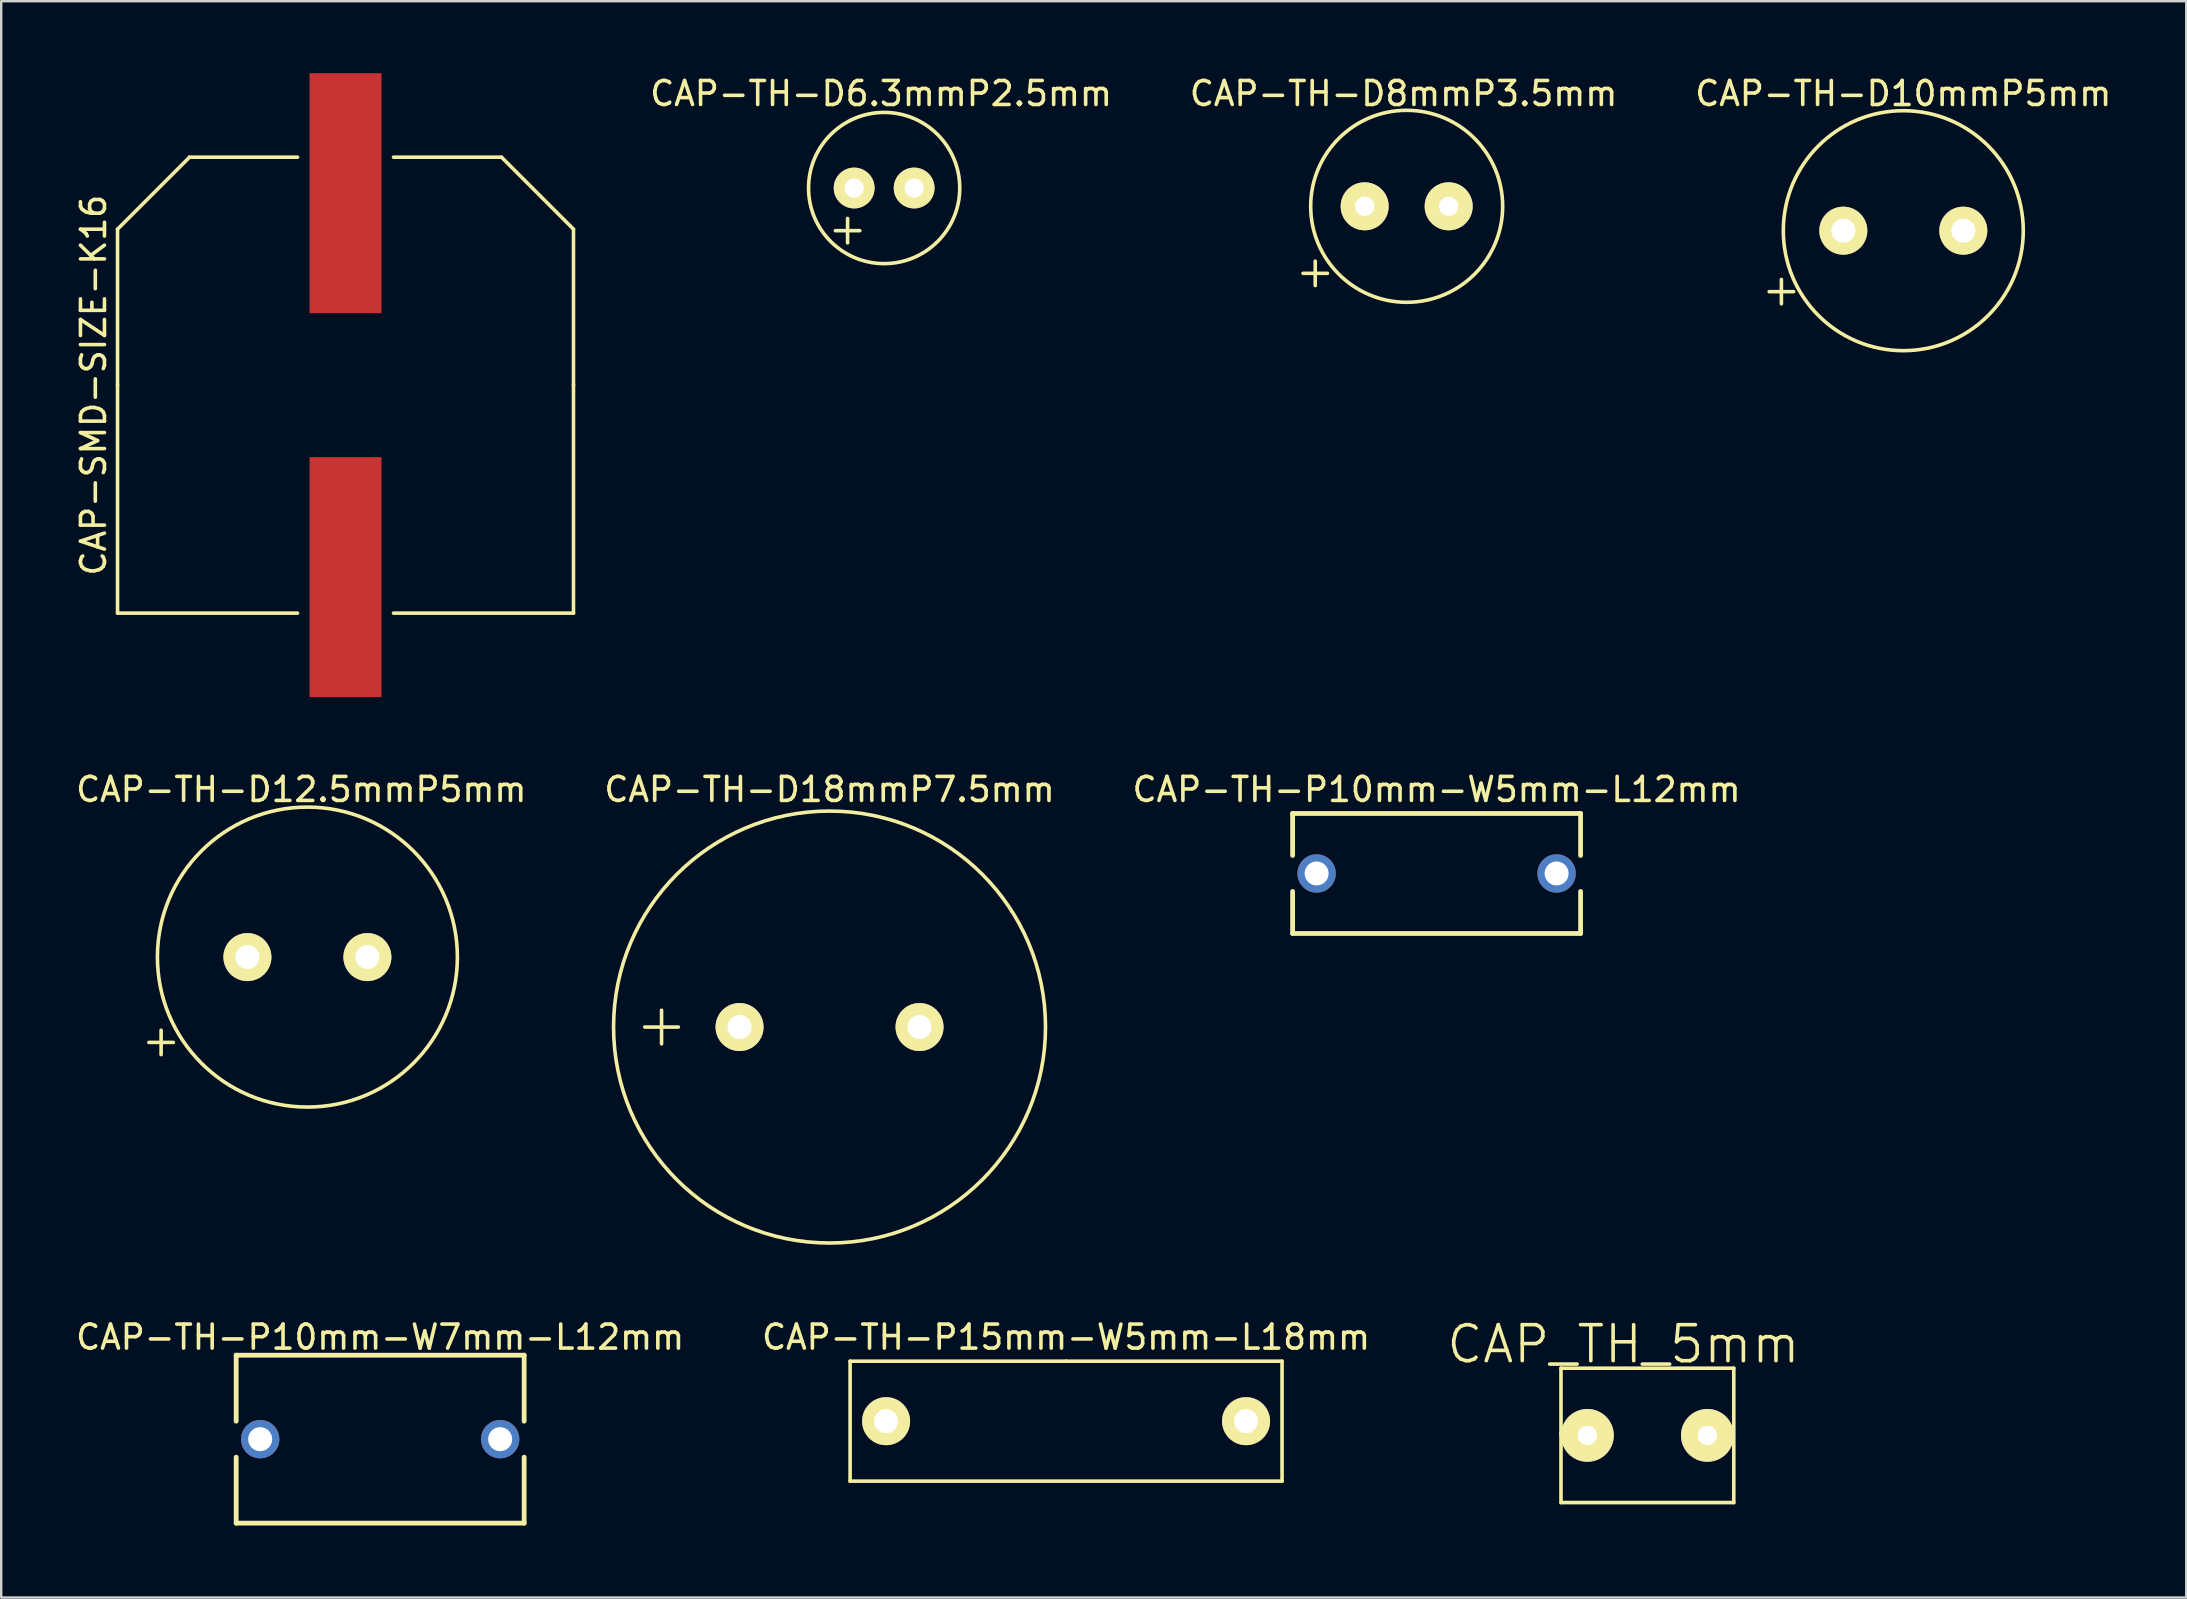
<source format=kicad_pcb>
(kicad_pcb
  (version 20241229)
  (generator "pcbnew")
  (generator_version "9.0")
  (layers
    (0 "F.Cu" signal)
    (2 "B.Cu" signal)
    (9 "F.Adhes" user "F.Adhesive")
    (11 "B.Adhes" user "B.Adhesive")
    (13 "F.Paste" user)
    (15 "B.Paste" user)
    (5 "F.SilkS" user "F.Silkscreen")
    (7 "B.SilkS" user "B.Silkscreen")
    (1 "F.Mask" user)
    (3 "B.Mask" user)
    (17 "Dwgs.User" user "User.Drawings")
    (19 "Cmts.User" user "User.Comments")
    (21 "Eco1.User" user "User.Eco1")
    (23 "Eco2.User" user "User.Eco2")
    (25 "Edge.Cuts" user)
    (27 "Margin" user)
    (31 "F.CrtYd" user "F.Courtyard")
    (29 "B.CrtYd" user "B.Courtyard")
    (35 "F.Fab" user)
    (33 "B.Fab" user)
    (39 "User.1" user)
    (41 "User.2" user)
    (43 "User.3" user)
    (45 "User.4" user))
  (footprint "CAP-TH-P10mm-W5mm-L12mm"
    (layer "F.Cu")
    (at 56.815 33.348)
    (property "Reference" "CAP-TH-P10mm-W5mm-L12mm" (at 0 -3.5 0) (layer "F.SilkS") (effects (font (size 1 1) (thickness 0.15))))
    (attr through_hole)
    (fp_line (start -6 -2.5) (end 6 -2.5) (stroke (width 0.2) (type solid)) (layer "F.SilkS"))
    (fp_line (start -6 -0.75) (end -6 -2.5) (stroke (width 0.2) (type solid)) (layer "F.SilkS"))
    (fp_line (start -6 2.5) (end -6 0.75) (stroke (width 0.2) (type solid)) (layer "F.SilkS"))
    (fp_line (start 6 -2.5) (end 6 -0.75) (stroke (width 0.2) (type solid)) (layer "F.SilkS"))
    (fp_line (start 6 0.75) (end 6 2.5) (stroke (width 0.2) (type solid)) (layer "F.SilkS"))
    (fp_line (start 6 2.5) (end -6 2.5) (stroke (width 0.2) (type solid)) (layer "F.SilkS"))
    (pad "1" thru_hole circle (at -5 0) (size 1.6 1.6) (drill 1) (layers "*.Cu" "*.Mask"))
    (pad "2" thru_hole circle (at 5 0) (size 1.6 1.6) (drill 1) (layers "*.Cu" "*.Mask")))
  (footprint "CAP-TH-D12.5mmP5mm"
    (layer "F.Cu")
    (at 9.76 36.833)
    (property "Reference" "CAP-TH-D12.5mmP5mm" (at -0.254 -6.985 0) (layer "F.SilkS") (effects (font (size 1 1) (thickness 0.15))))
    (attr through_hole)
    (fp_line (start -6.604 3.556) (end -5.588 3.556) (stroke (width 0.15) (type solid)) (layer "F.SilkS"))
    (fp_line (start -6.096 3.048) (end -6.096 4.064) (stroke (width 0.15) (type solid)) (layer "F.SilkS"))
    (fp_circle (center 0 0) (end 6.25 0) (stroke (width 0.15) (type solid)) (fill no) (layer "F.SilkS"))
    (pad "1" thru_hole circle (at -2.5 0) (size 2 2) (drill 1) (layers "*.Cu" "*.Mask" "F.SilkS"))
    (pad "2" thru_hole circle (at 2.5 0) (size 2 2) (drill 1) (layers "*.Cu" "*.Mask" "F.SilkS")))
  (footprint "CAP-TH-D8mmP3.5mm"
    (layer "F.Cu")
    (at 55.568 5.547)
    (property "Reference" "CAP-TH-D8mmP3.5mm" (at -0.127 -4.699 0) (layer "F.SilkS") (effects (font (size 1 1) (thickness 0.15))))
    (attr through_hole)
    (fp_line (start -4.318 2.794) (end -3.302 2.794) (stroke (width 0.15) (type solid)) (layer "F.SilkS"))
    (fp_line (start -3.81 2.286) (end -3.81 3.302) (stroke (width 0.15) (type solid)) (layer "F.SilkS"))
    (fp_circle (center 0 0) (end 4 0) (stroke (width 0.15) (type solid)) (fill no) (layer "F.SilkS"))
    (pad "1" thru_hole circle (at -1.75 0) (size 2 2) (drill 0.8) (layers "*.Cu" "*.Mask" "F.SilkS"))
    (pad "2" thru_hole circle (at 1.75 0) (size 2 2) (drill 0.8) (layers "*.Cu" "*.Mask" "F.SilkS")))
  (footprint "CAP_TH_5mm"
    (layer "F.Cu")
    (at 65.599 56.764)
    (property "Reference" "CAP_TH_5mm" (at -1 -3.8 0) (layer "F.SilkS") (effects (font (size 1.5 1.5) (thickness 0.15))))
    (attr through_hole)
    (fp_line (start -3.6 -2.8) (end 3.6 -2.8) (stroke (width 0.15) (type solid)) (layer "F.SilkS"))
    (fp_line (start -3.6 0) (end -3.6 -2.8) (stroke (width 0.15) (type solid)) (layer "F.SilkS"))
    (fp_line (start -3.6 2.8) (end -3.6 -0.1) (stroke (width 0.15) (type solid)) (layer "F.SilkS"))
    (fp_line (start 3.6 -2.8) (end 3.6 2.8) (stroke (width 0.15) (type solid)) (layer "F.SilkS"))
    (fp_line (start 3.6 2.8) (end -3.6 2.8) (stroke (width 0.15) (type solid)) (layer "F.SilkS"))
    (pad "1" thru_hole circle (at -2.5 0) (size 2.2 2.2) (drill 0.8) (layers "*.Cu" "*.Mask" "F.SilkS"))
    (pad "2" thru_hole circle (at 2.5 0) (size 2.2 2.2) (drill 0.8) (layers "*.Cu" "*.Mask" "F.SilkS")))
  (footprint "CAP-TH-D18mmP7.5mm"
    (layer "F.Cu")
    (at 31.518 39.748)
    (property "Reference" "CAP-TH-D18mmP7.5mm" (at 0 -9.9 0) (layer "F.SilkS") (effects (font (size 1 1) (thickness 0.15))))
    (attr through_hole)
    (fp_line (start -7.7 0) (end -6.3 0) (stroke (width 0.15) (type solid)) (layer "F.SilkS"))
    (fp_line (start -7 -0.7) (end -7 0.7) (stroke (width 0.15) (type solid)) (layer "F.SilkS"))
    (fp_circle (center 0 0) (end 9 0) (stroke (width 0.15) (type solid)) (fill no) (layer "F.SilkS"))
    (pad "1" thru_hole circle (at -3.75 0) (size 2 2) (drill 1) (layers "*.Cu" "*.Mask" "F.SilkS"))
    (pad "2" thru_hole circle (at 3.75 0) (size 2 2) (drill 1) (layers "*.Cu" "*.Mask" "F.SilkS")))
  (footprint "CAP-SMD-SIZE-K16"
    (layer "F.Cu")
    (at 11.348 13)
    (property "Reference" "CAP-SMD-SIZE-K16" (at -10.5 0 90) (layer "F.SilkS") (effects (font (size 1 1) (thickness 0.15))))
    (attr through_hole)
    (fp_line (start -9.5 -6.5) (end -6.5 -9.5) (stroke (width 0.15) (type solid)) (layer "F.SilkS"))
    (fp_line (start -9.5 0) (end -9.5 -6.5) (stroke (width 0.15) (type solid)) (layer "F.SilkS"))
    (fp_line (start -9.5 0) (end -9.5 9.5) (stroke (width 0.15) (type solid)) (layer "F.SilkS"))
    (fp_line (start -9.5 9.5) (end -2 9.5) (stroke (width 0.15) (type solid)) (layer "F.SilkS"))
    (fp_line (start -6.5 -9.5) (end -2 -9.5) (stroke (width 0.15) (type solid)) (layer "F.SilkS"))
    (fp_line (start 2 9.5) (end 9.5 9.5) (stroke (width 0.15) (type solid)) (layer "F.SilkS"))
    (fp_line (start 6.5 -9.5) (end 2 -9.5) (stroke (width 0.15) (type solid)) (layer "F.SilkS"))
    (fp_line (start 9.5 -6.5) (end 6.5 -9.5) (stroke (width 0.15) (type solid)) (layer "F.SilkS"))
    (fp_line (start 9.5 0) (end 9.5 -6.5) (stroke (width 0.15) (type solid)) (layer "F.SilkS"))
    (fp_line (start 9.5 9.5) (end 9.5 0) (stroke (width 0.15) (type solid)) (layer "F.SilkS"))
    (pad "1" smd rect (at 0 -8) (size 3 10) (layers "F.Cu" "F.Mask" "F.Paste"))
    (pad "2" smd rect (at 0 8) (size 3 10) (layers "F.Cu" "F.Mask" "F.Paste")))
  (footprint "CAP-TH-D6.3mmP2.5mm"
    (layer "F.Cu")
    (at 33.794 4.785)
    (property "Reference" "CAP-TH-D6.3mmP2.5mm" (at -0.127 -3.937 0) (layer "F.SilkS") (effects (font (size 1 1) (thickness 0.15))))
    (attr through_hole)
    (fp_line (start -2.032 1.778) (end -1.016 1.778) (stroke (width 0.15) (type solid)) (layer "F.SilkS"))
    (fp_line (start -1.524 1.27) (end -1.524 2.286) (stroke (width 0.15) (type solid)) (layer "F.SilkS"))
    (fp_circle (center 0 0) (end 3.15 0.05) (stroke (width 0.15) (type solid)) (fill no) (layer "F.SilkS"))
    (pad "1" thru_hole circle (at -1.25 0) (size 1.7 1.7) (drill 0.8) (layers "*.Cu" "*.Mask" "F.SilkS"))
    (pad "2" thru_hole circle (at 1.25 0) (size 1.7 1.7) (drill 0.8) (layers "*.Cu" "*.Mask" "F.SilkS")))
  (footprint "CAP-TH-P10mm-W7mm-L12mm"
    (layer "F.Cu")
    (at 12.792 56.922)
    (property "Reference" "CAP-TH-P10mm-W7mm-L12mm" (at 0 -4.25 0) (layer "F.SilkS") (effects (font (size 1 1) (thickness 0.15))))
    (attr through_hole)
    (fp_line (start -6 -3.5) (end 6 -3.5) (stroke (width 0.2) (type solid)) (layer "F.SilkS"))
    (fp_line (start -6 -0.75) (end -6 -3.5) (stroke (width 0.2) (type solid)) (layer "F.SilkS"))
    (fp_line (start -6 3.5) (end -6 0.75) (stroke (width 0.2) (type solid)) (layer "F.SilkS"))
    (fp_line (start 6 -3.5) (end 6 -0.75) (stroke (width 0.2) (type solid)) (layer "F.SilkS"))
    (fp_line (start 6 0.75) (end 6 3.5) (stroke (width 0.2) (type solid)) (layer "F.SilkS"))
    (fp_line (start 6 3.5) (end -6 3.5) (stroke (width 0.2) (type solid)) (layer "F.SilkS"))
    (pad "1" thru_hole circle (at -5 0) (size 1.6 1.6) (drill 1) (layers "*.Cu" "*.Mask"))
    (pad "2" thru_hole circle (at 5 0) (size 1.6 1.6) (drill 1) (layers "*.Cu" "*.Mask")))
  (footprint "CAP-TH-D10mmP5mm"
    (layer "F.Cu")
    (at 76.263 6.563)
    (property "Reference" "CAP-TH-D10mmP5mm" (at 0 -5.715 0) (layer "F.SilkS") (effects (font (size 1 1) (thickness 0.15))))
    (attr through_hole)
    (fp_line (start -5.588 2.54) (end -4.572 2.54) (stroke (width 0.15) (type solid)) (layer "F.SilkS"))
    (fp_line (start -5.08 2.032) (end -5.08 3.048) (stroke (width 0.15) (type solid)) (layer "F.SilkS"))
    (fp_circle (center 0 0) (end 5 0) (stroke (width 0.15) (type solid)) (fill no) (layer "F.SilkS"))
    (pad "1" thru_hole circle (at -2.5 0) (size 2 2) (drill 1) (layers "*.Cu" "*.Mask" "F.SilkS"))
    (pad "2" thru_hole circle (at 2.5 0) (size 2 2) (drill 1) (layers "*.Cu" "*.Mask" "F.SilkS")))
  (footprint "CAP-TH-P15mm-W5mm-L18mm"
    (layer "F.Cu")
    (at 41.375 56.172)
    (property "Reference" "CAP-TH-P15mm-W5mm-L18mm" (at 0 -3.5 0) (layer "F.SilkS") (effects (font (size 1 1) (thickness 0.15))))
    (attr through_hole)
    (fp_line (start -9 -2.5) (end 0 -2.5) (stroke (width 0.15) (type solid)) (layer "F.SilkS"))
    (fp_line (start -9 2.5) (end -9 -2.5) (stroke (width 0.15) (type solid)) (layer "F.SilkS"))
    (fp_line (start 0 -2.5) (end 9 -2.5) (stroke (width 0.15) (type solid)) (layer "F.SilkS"))
    (fp_line (start 9 -2.5) (end 9 2.5) (stroke (width 0.15) (type solid)) (layer "F.SilkS"))
    (fp_line (start 9 2.5) (end -9 2.5) (stroke (width 0.15) (type solid)) (layer "F.SilkS"))
    (pad "1" thru_hole circle (at -7.5 0) (size 2 2) (drill 1) (layers "*.Cu" "*.Mask" "F.SilkS"))
    (pad "2" thru_hole circle (at 7.5 0) (size 2 2) (drill 1) (layers "*.Cu" "*.Mask" "F.SilkS")))
  (gr_rect
    (start -3 -3)
    (end 88.054 63.522)
    (stroke (width 0.1) (type default))
    (fill no)
    (layer "Edge.Cuts")))
</source>
